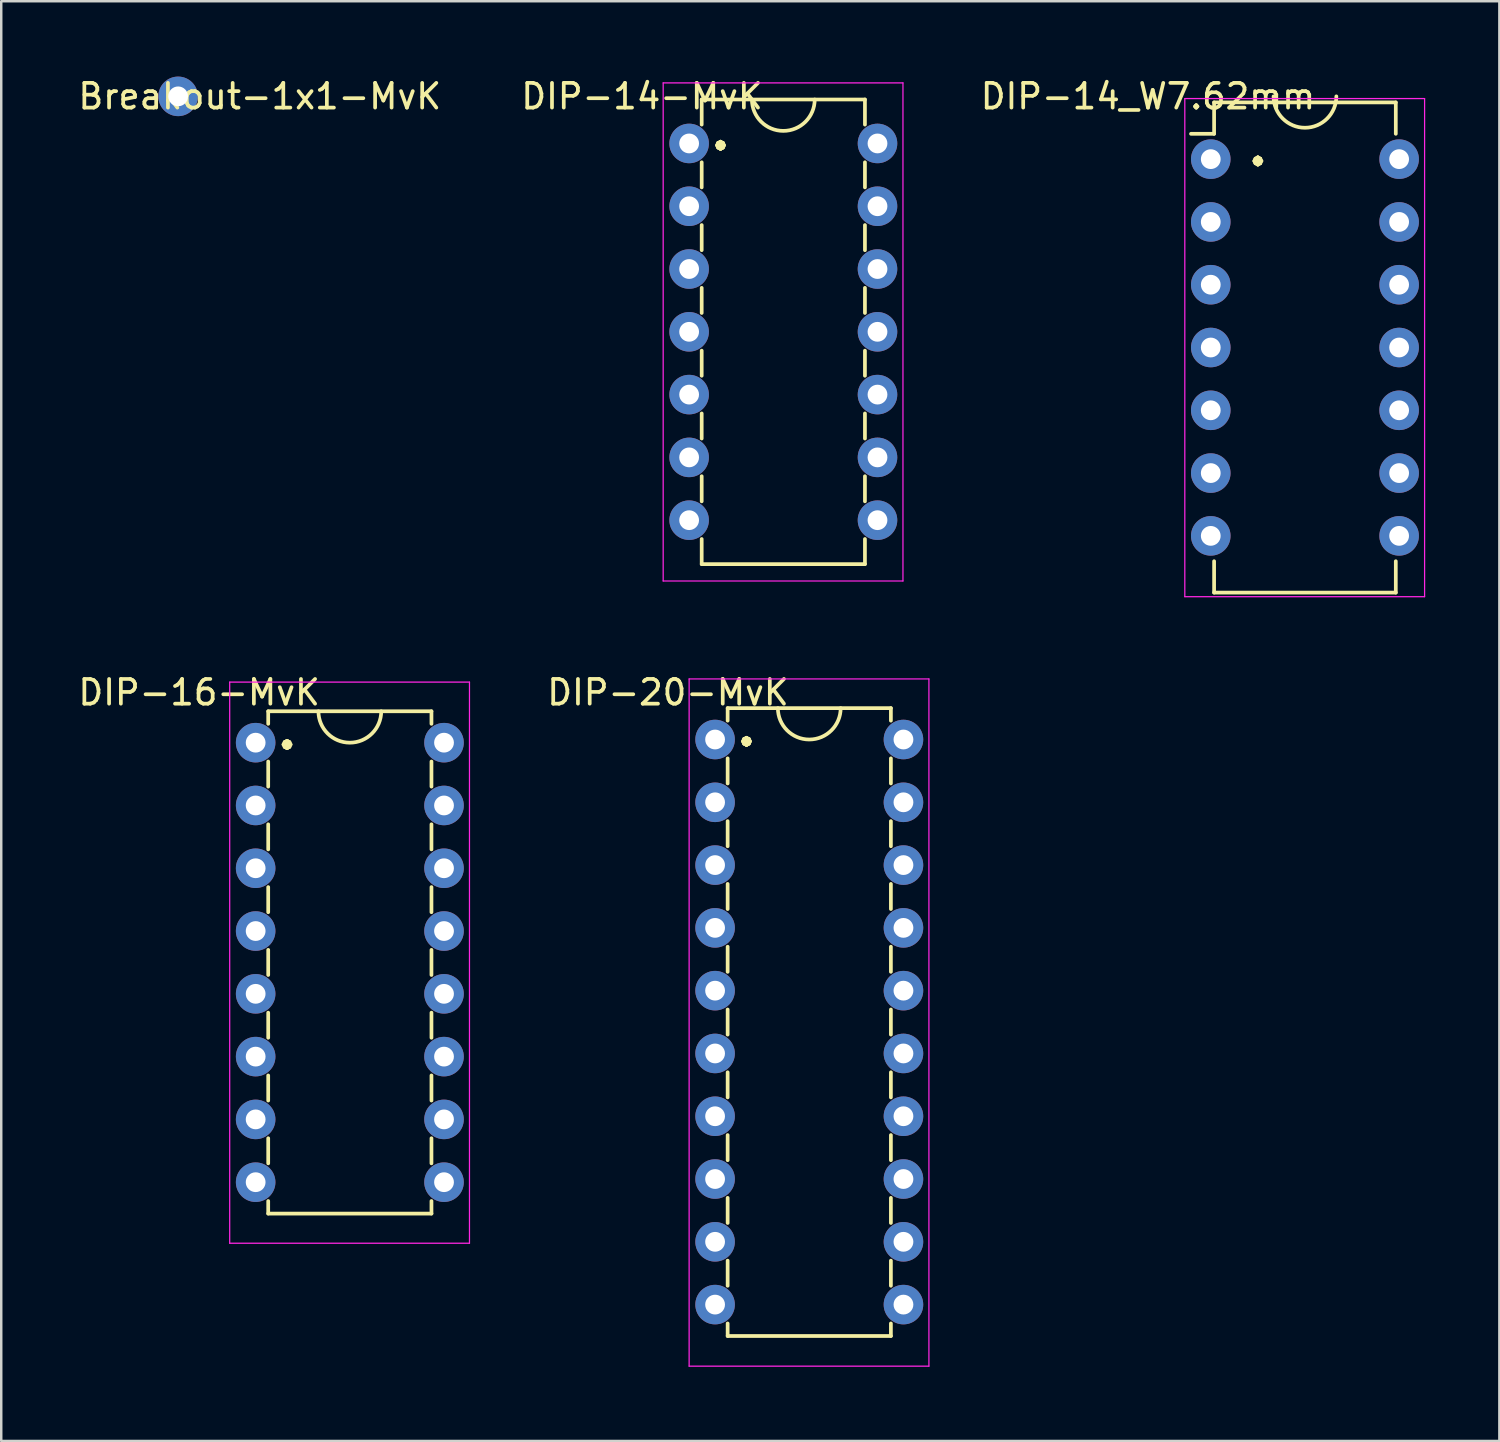
<source format=kicad_pcb>
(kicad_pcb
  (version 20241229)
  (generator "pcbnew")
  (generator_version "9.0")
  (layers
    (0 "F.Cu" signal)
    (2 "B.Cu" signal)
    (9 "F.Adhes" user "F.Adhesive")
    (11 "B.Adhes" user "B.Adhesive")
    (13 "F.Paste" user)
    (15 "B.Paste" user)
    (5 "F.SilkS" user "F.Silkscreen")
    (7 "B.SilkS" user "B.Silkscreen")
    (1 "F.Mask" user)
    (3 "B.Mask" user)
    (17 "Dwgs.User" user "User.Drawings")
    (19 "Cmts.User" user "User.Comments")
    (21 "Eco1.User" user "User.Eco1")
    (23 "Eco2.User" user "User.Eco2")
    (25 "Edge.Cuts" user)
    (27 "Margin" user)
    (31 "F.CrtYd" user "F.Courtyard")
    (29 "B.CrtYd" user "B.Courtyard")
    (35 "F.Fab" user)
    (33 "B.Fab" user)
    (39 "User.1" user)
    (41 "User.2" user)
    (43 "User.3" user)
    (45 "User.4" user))
  (footprint "DIP-14_W7.62mm"
    (layer "F.Cu")
    (at 45.93 3.388)
    (property "Reference" "DIP-14_W7.62mm" (at -2.54 -2.54 0) (layer "F.SilkS") (effects (font (size 1 1) (thickness 0.15))))
    (attr through_hole)
    (fp_line (start 0.135 -2.295) (end 0.135 -1.025) (stroke (width 0.15) (type solid)) (layer "F.SilkS"))
    (fp_line (start 0.135 -2.295) (end 7.485 -2.295) (stroke (width 0.15) (type solid)) (layer "F.SilkS"))
    (fp_line (start 0.135 -1.025) (end -0.8 -1.025) (stroke (width 0.15) (type solid)) (layer "F.SilkS"))
    (fp_line (start 0.135 17.535) (end 0.135 16.265) (stroke (width 0.15) (type solid)) (layer "F.SilkS"))
    (fp_line (start 0.135 17.535) (end 7.485 17.535) (stroke (width 0.15) (type solid)) (layer "F.SilkS"))
    (fp_line (start 7.485 -2.295) (end 7.485 -1.025) (stroke (width 0.15) (type solid)) (layer "F.SilkS"))
    (fp_line (start 7.485 17.535) (end 7.485 16.265) (stroke (width 0.15) (type solid)) (layer "F.SilkS"))
    (fp_arc (start 5.08 -2.54) (mid 3.81 -1.27) (end 2.54 -2.54) (stroke (width 0.15) (type solid)) (layer "F.SilkS"))
    (fp_line (start -1.05 -2.45) (end -1.05 17.7) (stroke (width 0.05) (type solid)) (layer "F.CrtYd"))
    (fp_line (start -1.05 -2.45) (end 8.65 -2.45) (stroke (width 0.05) (type solid)) (layer "F.CrtYd"))
    (fp_line (start -1.05 17.7) (end 8.65 17.7) (stroke (width 0.05) (type solid)) (layer "F.CrtYd"))
    (fp_line (start 8.65 -2.45) (end 8.65 17.7) (stroke (width 0.05) (type solid)) (layer "F.CrtYd"))
    (fp_text user "•" (at 1.905 0 0) (layer "F.SilkS") (effects (font (size 1 1) (thickness 0.15))))
    (pad "1" thru_hole oval (at 0 0) (size 1.6 1.6) (drill 0.8) (layers "*.Cu" "*.Mask"))
    (pad "2" thru_hole oval (at 0 2.54) (size 1.6 1.6) (drill 0.8) (layers "*.Cu" "*.Mask"))
    (pad "3" thru_hole oval (at 0 5.08) (size 1.6 1.6) (drill 0.8) (layers "*.Cu" "*.Mask"))
    (pad "4" thru_hole oval (at 0 7.62) (size 1.6 1.6) (drill 0.8) (layers "*.Cu" "*.Mask"))
    (pad "5" thru_hole oval (at 0 10.16) (size 1.6 1.6) (drill 0.8) (layers "*.Cu" "*.Mask"))
    (pad "6" thru_hole oval (at 0 12.7) (size 1.6 1.6) (drill 0.8) (layers "*.Cu" "*.Mask"))
    (pad "7" thru_hole oval (at 0 15.24) (size 1.6 1.6) (drill 0.8) (layers "*.Cu" "*.Mask"))
    (pad "8" thru_hole oval (at 7.62 15.24) (size 1.6 1.6) (drill 0.8) (layers "*.Cu" "*.Mask"))
    (pad "9" thru_hole oval (at 7.62 12.7) (size 1.6 1.6) (drill 0.8) (layers "*.Cu" "*.Mask"))
    (pad "10" thru_hole oval (at 7.62 10.16) (size 1.6 1.6) (drill 0.8) (layers "*.Cu" "*.Mask"))
    (pad "11" thru_hole oval (at 7.62 7.62) (size 1.6 1.6) (drill 0.8) (layers "*.Cu" "*.Mask"))
    (pad "12" thru_hole oval (at 7.62 5.08) (size 1.6 1.6) (drill 0.8) (layers "*.Cu" "*.Mask"))
    (pad "13" thru_hole oval (at 7.62 2.54) (size 1.6 1.6) (drill 0.8) (layers "*.Cu" "*.Mask"))
    (pad "14" thru_hole oval (at 7.62 0) (size 1.6 1.6) (drill 0.8) (layers "*.Cu" "*.Mask")))
  (footprint "DIP-20-MvK"
    (layer "F.Cu")
    (at 25.878 26.866)
    (property "Reference" "DIP-20-MvK" (at -1.905 -1.905 0) (layer "F.SilkS") (effects (font (size 1 1) (thickness 0.15))))
    (attr through_hole)
    (fp_line (start 0.508 -1.27) (end 7.112 -1.27) (stroke (width 0.15) (type solid)) (layer "F.SilkS"))
    (fp_line (start 0.508 -0.762) (end 0.508 -1.27) (stroke (width 0.15) (type solid)) (layer "F.SilkS"))
    (fp_line (start 0.508 0.762) (end 0.508 1.778) (stroke (width 0.15) (type solid)) (layer "F.SilkS"))
    (fp_line (start 0.508 3.302) (end 0.508 4.318) (stroke (width 0.15) (type solid)) (layer "F.SilkS"))
    (fp_line (start 0.508 5.842) (end 0.508 6.858) (stroke (width 0.15) (type solid)) (layer "F.SilkS"))
    (fp_line (start 0.508 8.382) (end 0.508 9.398) (stroke (width 0.15) (type solid)) (layer "F.SilkS"))
    (fp_line (start 0.508 10.922) (end 0.508 11.938) (stroke (width 0.15) (type solid)) (layer "F.SilkS"))
    (fp_line (start 0.508 13.462) (end 0.508 14.478) (stroke (width 0.15) (type solid)) (layer "F.SilkS"))
    (fp_line (start 0.508 17.018) (end 0.508 16.002) (stroke (width 0.15) (type solid)) (layer "F.SilkS"))
    (fp_line (start 0.508 19.558) (end 0.508 18.542) (stroke (width 0.15) (type solid)) (layer "F.SilkS"))
    (fp_line (start 0.508 22.098) (end 0.508 21.082) (stroke (width 0.15) (type solid)) (layer "F.SilkS"))
    (fp_line (start 0.508 23.622) (end 0.508 24.13) (stroke (width 0.15) (type solid)) (layer "F.SilkS"))
    (fp_line (start 0.508 24.13) (end 7.112 24.13) (stroke (width 0.15) (type solid)) (layer "F.SilkS"))
    (fp_line (start 7.112 -1.27) (end 7.112 -0.762) (stroke (width 0.15) (type solid)) (layer "F.SilkS"))
    (fp_line (start 7.112 1.778) (end 7.112 0.762) (stroke (width 0.15) (type solid)) (layer "F.SilkS"))
    (fp_line (start 7.112 4.318) (end 7.112 3.302) (stroke (width 0.15) (type solid)) (layer "F.SilkS"))
    (fp_line (start 7.112 6.858) (end 7.112 5.842) (stroke (width 0.15) (type solid)) (layer "F.SilkS"))
    (fp_line (start 7.112 9.398) (end 7.112 8.382) (stroke (width 0.15) (type solid)) (layer "F.SilkS"))
    (fp_line (start 7.112 11.938) (end 7.112 10.922) (stroke (width 0.15) (type solid)) (layer "F.SilkS"))
    (fp_line (start 7.112 14.478) (end 7.112 13.462) (stroke (width 0.15) (type solid)) (layer "F.SilkS"))
    (fp_line (start 7.112 17.018) (end 7.112 16.002) (stroke (width 0.15) (type solid)) (layer "F.SilkS"))
    (fp_line (start 7.112 19.558) (end 7.112 18.542) (stroke (width 0.15) (type solid)) (layer "F.SilkS"))
    (fp_line (start 7.112 22.098) (end 7.112 21.082) (stroke (width 0.15) (type solid)) (layer "F.SilkS"))
    (fp_line (start 7.112 24.13) (end 7.112 23.622) (stroke (width 0.15) (type solid)) (layer "F.SilkS"))
    (fp_arc (start 5.08 -1.27) (mid 3.81 0) (end 2.54 -1.27) (stroke (width 0.15) (type solid)) (layer "F.SilkS"))
    (fp_line (start -1.05 -2.45) (end -1.05 25.35) (stroke (width 0.05) (type solid)) (layer "F.CrtYd"))
    (fp_line (start -1.05 -2.45) (end 8.65 -2.45) (stroke (width 0.05) (type solid)) (layer "F.CrtYd"))
    (fp_line (start -1.05 25.35) (end 8.65 25.35) (stroke (width 0.05) (type solid)) (layer "F.CrtYd"))
    (fp_line (start 8.65 -2.45) (end 8.65 25.35) (stroke (width 0.05) (type solid)) (layer "F.CrtYd"))
    (fp_text user "•" (at 1.27 0 0) (layer "F.SilkS") (effects (font (size 1 1) (thickness 0.15))))
    (pad "1" thru_hole oval (at 0 0) (size 1.6 1.6) (drill 0.8) (layers "*.Cu" "*.Mask"))
    (pad "2" thru_hole oval (at 0 2.54) (size 1.6 1.6) (drill 0.8) (layers "*.Cu" "*.Mask"))
    (pad "3" thru_hole oval (at 0 5.08) (size 1.6 1.6) (drill 0.8) (layers "*.Cu" "*.Mask"))
    (pad "4" thru_hole oval (at 0 7.62) (size 1.6 1.6) (drill 0.8) (layers "*.Cu" "*.Mask"))
    (pad "5" thru_hole oval (at 0 10.16) (size 1.6 1.6) (drill 0.8) (layers "*.Cu" "*.Mask"))
    (pad "6" thru_hole oval (at 0 12.7) (size 1.6 1.6) (drill 0.8) (layers "*.Cu" "*.Mask"))
    (pad "7" thru_hole oval (at 0 15.24) (size 1.6 1.6) (drill 0.8) (layers "*.Cu" "*.Mask"))
    (pad "8" thru_hole oval (at 0 17.78) (size 1.6 1.6) (drill 0.8) (layers "*.Cu" "*.Mask"))
    (pad "9" thru_hole oval (at 0 20.32) (size 1.6 1.6) (drill 0.8) (layers "*.Cu" "*.Mask"))
    (pad "10" thru_hole oval (at 0 22.86) (size 1.6 1.6) (drill 0.8) (layers "*.Cu" "*.Mask"))
    (pad "11" thru_hole oval (at 7.62 22.86) (size 1.6 1.6) (drill 0.8) (layers "*.Cu" "*.Mask"))
    (pad "12" thru_hole oval (at 7.62 20.32) (size 1.6 1.6) (drill 0.8) (layers "*.Cu" "*.Mask"))
    (pad "13" thru_hole oval (at 7.62 17.78) (size 1.6 1.6) (drill 0.8) (layers "*.Cu" "*.Mask"))
    (pad "14" thru_hole oval (at 7.62 15.24) (size 1.6 1.6) (drill 0.8) (layers "*.Cu" "*.Mask"))
    (pad "15" thru_hole oval (at 7.62 12.7) (size 1.6 1.6) (drill 0.8) (layers "*.Cu" "*.Mask"))
    (pad "16" thru_hole oval (at 7.62 10.16) (size 1.6 1.6) (drill 0.8) (layers "*.Cu" "*.Mask"))
    (pad "17" thru_hole oval (at 7.62 7.62) (size 1.6 1.6) (drill 0.8) (layers "*.Cu" "*.Mask"))
    (pad "18" thru_hole oval (at 7.62 5.08) (size 1.6 1.6) (drill 0.8) (layers "*.Cu" "*.Mask"))
    (pad "19" thru_hole oval (at 7.62 2.54) (size 1.6 1.6) (drill 0.8) (layers "*.Cu" "*.Mask"))
    (pad "20" thru_hole oval (at 7.62 0) (size 1.6 1.6) (drill 0.8) (layers "*.Cu" "*.Mask")))
  (footprint "DIP-16-MvK"
    (layer "F.Cu")
    (at 7.292 26.994)
    (property "Reference" "DIP-16-MvK" (at -2.286 -2.032 0) (layer "F.SilkS") (effects (font (size 1 1) (thickness 0.15))))
    (attr through_hole)
    (fp_line (start 0.508 -1.27) (end 0.508 -0.762) (stroke (width 0.15) (type solid)) (layer "F.SilkS"))
    (fp_line (start 0.508 0.762) (end 0.508 1.778) (stroke (width 0.15) (type solid)) (layer "F.SilkS"))
    (fp_line (start 0.508 3.302) (end 0.508 4.318) (stroke (width 0.15) (type solid)) (layer "F.SilkS"))
    (fp_line (start 0.508 5.842) (end 0.508 6.858) (stroke (width 0.15) (type solid)) (layer "F.SilkS"))
    (fp_line (start 0.508 8.382) (end 0.508 9.398) (stroke (width 0.15) (type solid)) (layer "F.SilkS"))
    (fp_line (start 0.508 10.922) (end 0.508 11.938) (stroke (width 0.15) (type solid)) (layer "F.SilkS"))
    (fp_line (start 0.508 13.462) (end 0.508 14.478) (stroke (width 0.15) (type solid)) (layer "F.SilkS"))
    (fp_line (start 0.508 16.002) (end 0.508 17.018) (stroke (width 0.15) (type solid)) (layer "F.SilkS"))
    (fp_line (start 0.508 18.542) (end 0.508 19.05) (stroke (width 0.15) (type solid)) (layer "F.SilkS"))
    (fp_line (start 0.508 19.05) (end 7.112 19.05) (stroke (width 0.15) (type solid)) (layer "F.SilkS"))
    (fp_line (start 7.112 -1.27) (end 0.508 -1.27) (stroke (width 0.15) (type solid)) (layer "F.SilkS"))
    (fp_line (start 7.112 -0.762) (end 7.112 -1.27) (stroke (width 0.15) (type solid)) (layer "F.SilkS"))
    (fp_line (start 7.112 1.778) (end 7.112 0.762) (stroke (width 0.15) (type solid)) (layer "F.SilkS"))
    (fp_line (start 7.112 4.318) (end 7.112 3.302) (stroke (width 0.15) (type solid)) (layer "F.SilkS"))
    (fp_line (start 7.112 6.858) (end 7.112 5.842) (stroke (width 0.15) (type solid)) (layer "F.SilkS"))
    (fp_line (start 7.112 9.398) (end 7.112 8.382) (stroke (width 0.15) (type solid)) (layer "F.SilkS"))
    (fp_line (start 7.112 11.938) (end 7.112 10.922) (stroke (width 0.15) (type solid)) (layer "F.SilkS"))
    (fp_line (start 7.112 14.478) (end 7.112 13.462) (stroke (width 0.15) (type solid)) (layer "F.SilkS"))
    (fp_line (start 7.112 17.018) (end 7.112 16.002) (stroke (width 0.15) (type solid)) (layer "F.SilkS"))
    (fp_line (start 7.112 19.05) (end 7.112 18.542) (stroke (width 0.15) (type solid)) (layer "F.SilkS"))
    (fp_arc (start 5.08 -1.27) (mid 3.81 0) (end 2.54 -1.27) (stroke (width 0.15) (type solid)) (layer "F.SilkS"))
    (fp_line (start -1.05 -2.45) (end -1.05 20.25) (stroke (width 0.05) (type solid)) (layer "F.CrtYd"))
    (fp_line (start -1.05 -2.45) (end 8.65 -2.45) (stroke (width 0.05) (type solid)) (layer "F.CrtYd"))
    (fp_line (start -1.05 20.25) (end 8.65 20.25) (stroke (width 0.05) (type solid)) (layer "F.CrtYd"))
    (fp_line (start 8.65 -2.45) (end 8.65 20.25) (stroke (width 0.05) (type solid)) (layer "F.CrtYd"))
    (fp_text user "•" (at 1.27 0 0) (layer "F.SilkS") (effects (font (size 1 1) (thickness 0.15))))
    (pad "1" thru_hole oval (at 0 0) (size 1.6 1.6) (drill 0.8) (layers "*.Cu" "*.Mask"))
    (pad "2" thru_hole oval (at 0 2.54) (size 1.6 1.6) (drill 0.8) (layers "*.Cu" "*.Mask"))
    (pad "3" thru_hole oval (at 0 5.08) (size 1.6 1.6) (drill 0.8) (layers "*.Cu" "*.Mask"))
    (pad "4" thru_hole oval (at 0 7.62) (size 1.6 1.6) (drill 0.8) (layers "*.Cu" "*.Mask"))
    (pad "5" thru_hole oval (at 0 10.16) (size 1.6 1.6) (drill 0.8) (layers "*.Cu" "*.Mask"))
    (pad "6" thru_hole oval (at 0 12.7) (size 1.6 1.6) (drill 0.8) (layers "*.Cu" "*.Mask"))
    (pad "7" thru_hole oval (at 0 15.24) (size 1.6 1.6) (drill 0.8) (layers "*.Cu" "*.Mask"))
    (pad "8" thru_hole oval (at 0 17.78) (size 1.6 1.6) (drill 0.8) (layers "*.Cu" "*.Mask"))
    (pad "9" thru_hole oval (at 7.62 17.78) (size 1.6 1.6) (drill 0.8) (layers "*.Cu" "*.Mask"))
    (pad "10" thru_hole oval (at 7.62 15.24) (size 1.6 1.6) (drill 0.8) (layers "*.Cu" "*.Mask"))
    (pad "11" thru_hole oval (at 7.62 12.7) (size 1.6 1.6) (drill 0.8) (layers "*.Cu" "*.Mask"))
    (pad "12" thru_hole oval (at 7.62 10.16) (size 1.6 1.6) (drill 0.8) (layers "*.Cu" "*.Mask"))
    (pad "13" thru_hole oval (at 7.62 7.62) (size 1.6 1.6) (drill 0.8) (layers "*.Cu" "*.Mask"))
    (pad "14" thru_hole oval (at 7.62 5.08) (size 1.6 1.6) (drill 0.8) (layers "*.Cu" "*.Mask"))
    (pad "15" thru_hole oval (at 7.62 2.54) (size 1.6 1.6) (drill 0.8) (layers "*.Cu" "*.Mask"))
    (pad "16" thru_hole oval (at 7.62 0) (size 1.6 1.6) (drill 0.8) (layers "*.Cu" "*.Mask")))
  (footprint "Breakout-1x1-MvK"
    (layer "F.Cu")
    (at 4.156 0.848)
    (property "Reference" "Breakout-1x1-MvK" (at 3.302 0 0) (layer "F.SilkS") (effects (font (size 1 1) (thickness 0.15))))
    (attr through_hole)
    (pad "1" thru_hole circle (at 0 0) (size 1.6 1.6) (drill 0.8) (layers "*.Cu" "*.Mask")))
  (footprint "DIP-14-MvK"
    (layer "F.Cu")
    (at 24.828 2.753)
    (property "Reference" "DIP-14-MvK" (at -1.905 -1.905 0) (layer "F.SilkS") (effects (font (size 1 1) (thickness 0.15))))
    (attr through_hole)
    (fp_line (start 0.508 -1.778) (end 7.112 -1.778) (stroke (width 0.15) (type solid)) (layer "F.SilkS"))
    (fp_line (start 0.508 -0.762) (end 0.508 -1.778) (stroke (width 0.15) (type solid)) (layer "F.SilkS"))
    (fp_line (start 0.508 0.762) (end 0.508 1.778) (stroke (width 0.15) (type solid)) (layer "F.SilkS"))
    (fp_line (start 0.508 3.302) (end 0.508 4.318) (stroke (width 0.15) (type solid)) (layer "F.SilkS"))
    (fp_line (start 0.508 5.842) (end 0.508 6.858) (stroke (width 0.15) (type solid)) (layer "F.SilkS"))
    (fp_line (start 0.508 8.382) (end 0.508 9.398) (stroke (width 0.15) (type solid)) (layer "F.SilkS"))
    (fp_line (start 0.508 10.922) (end 0.508 11.938) (stroke (width 0.15) (type solid)) (layer "F.SilkS"))
    (fp_line (start 0.508 14.478) (end 0.508 13.462) (stroke (width 0.15) (type solid)) (layer "F.SilkS"))
    (fp_line (start 0.508 16.002) (end 0.508 17.018) (stroke (width 0.15) (type solid)) (layer "F.SilkS"))
    (fp_line (start 0.508 17.018) (end 7.112 17.018) (stroke (width 0.15) (type solid)) (layer "F.SilkS"))
    (fp_line (start 7.112 -1.778) (end 7.112 -0.762) (stroke (width 0.15) (type solid)) (layer "F.SilkS"))
    (fp_line (start 7.112 0.762) (end 7.112 1.778) (stroke (width 0.15) (type solid)) (layer "F.SilkS"))
    (fp_line (start 7.112 4.318) (end 7.112 3.302) (stroke (width 0.15) (type solid)) (layer "F.SilkS"))
    (fp_line (start 7.112 6.858) (end 7.112 5.842) (stroke (width 0.15) (type solid)) (layer "F.SilkS"))
    (fp_line (start 7.112 9.398) (end 7.112 8.382) (stroke (width 0.15) (type solid)) (layer "F.SilkS"))
    (fp_line (start 7.112 11.938) (end 7.112 10.922) (stroke (width 0.15) (type solid)) (layer "F.SilkS"))
    (fp_line (start 7.112 14.478) (end 7.112 13.462) (stroke (width 0.15) (type solid)) (layer "F.SilkS"))
    (fp_line (start 7.112 17.018) (end 7.112 16.002) (stroke (width 0.15) (type solid)) (layer "F.SilkS"))
    (fp_arc (start 5.08 -1.778) (mid 3.81 -0.508) (end 2.54 -1.778) (stroke (width 0.15) (type solid)) (layer "F.SilkS"))
    (fp_line (start -1.05 -2.45) (end -1.05 17.7) (stroke (width 0.05) (type solid)) (layer "F.CrtYd"))
    (fp_line (start -1.05 -2.45) (end 8.65 -2.45) (stroke (width 0.05) (type solid)) (layer "F.CrtYd"))
    (fp_line (start -1.05 17.7) (end 8.65 17.7) (stroke (width 0.05) (type solid)) (layer "F.CrtYd"))
    (fp_line (start 8.65 -2.45) (end 8.65 17.7) (stroke (width 0.05) (type solid)) (layer "F.CrtYd"))
    (fp_text user "•" (at 1.27 0 0) (layer "F.SilkS") (effects (font (size 1 1) (thickness 0.15))))
    (pad "1" thru_hole oval (at 0 0) (size 1.6 1.6) (drill 0.8) (layers "*.Cu" "*.Mask"))
    (pad "2" thru_hole oval (at 0 2.54) (size 1.6 1.6) (drill 0.8) (layers "*.Cu" "*.Mask"))
    (pad "3" thru_hole oval (at 0 5.08) (size 1.6 1.6) (drill 0.8) (layers "*.Cu" "*.Mask"))
    (pad "4" thru_hole oval (at 0 7.62) (size 1.6 1.6) (drill 0.8) (layers "*.Cu" "*.Mask"))
    (pad "5" thru_hole oval (at 0 10.16) (size 1.6 1.6) (drill 0.8) (layers "*.Cu" "*.Mask"))
    (pad "6" thru_hole oval (at 0 12.7) (size 1.6 1.6) (drill 0.8) (layers "*.Cu" "*.Mask"))
    (pad "7" thru_hole oval (at 0 15.24) (size 1.6 1.6) (drill 0.8) (layers "*.Cu" "*.Mask"))
    (pad "8" thru_hole oval (at 7.62 15.24) (size 1.6 1.6) (drill 0.8) (layers "*.Cu" "*.Mask"))
    (pad "9" thru_hole oval (at 7.62 12.7) (size 1.6 1.6) (drill 0.8) (layers "*.Cu" "*.Mask"))
    (pad "10" thru_hole oval (at 7.62 10.16) (size 1.6 1.6) (drill 0.8) (layers "*.Cu" "*.Mask"))
    (pad "11" thru_hole oval (at 7.62 7.62) (size 1.6 1.6) (drill 0.8) (layers "*.Cu" "*.Mask"))
    (pad "12" thru_hole oval (at 7.62 5.08) (size 1.6 1.6) (drill 0.8) (layers "*.Cu" "*.Mask"))
    (pad "13" thru_hole oval (at 7.62 2.54) (size 1.6 1.6) (drill 0.8) (layers "*.Cu" "*.Mask"))
    (pad "14" thru_hole oval (at 7.62 0) (size 1.6 1.6) (drill 0.8) (layers "*.Cu" "*.Mask")))
  (gr_rect
    (start -3 -3)
    (end 57.605 55.242)
    (stroke (width 0.1) (type default))
    (fill no)
    (layer "Edge.Cuts")))
</source>
